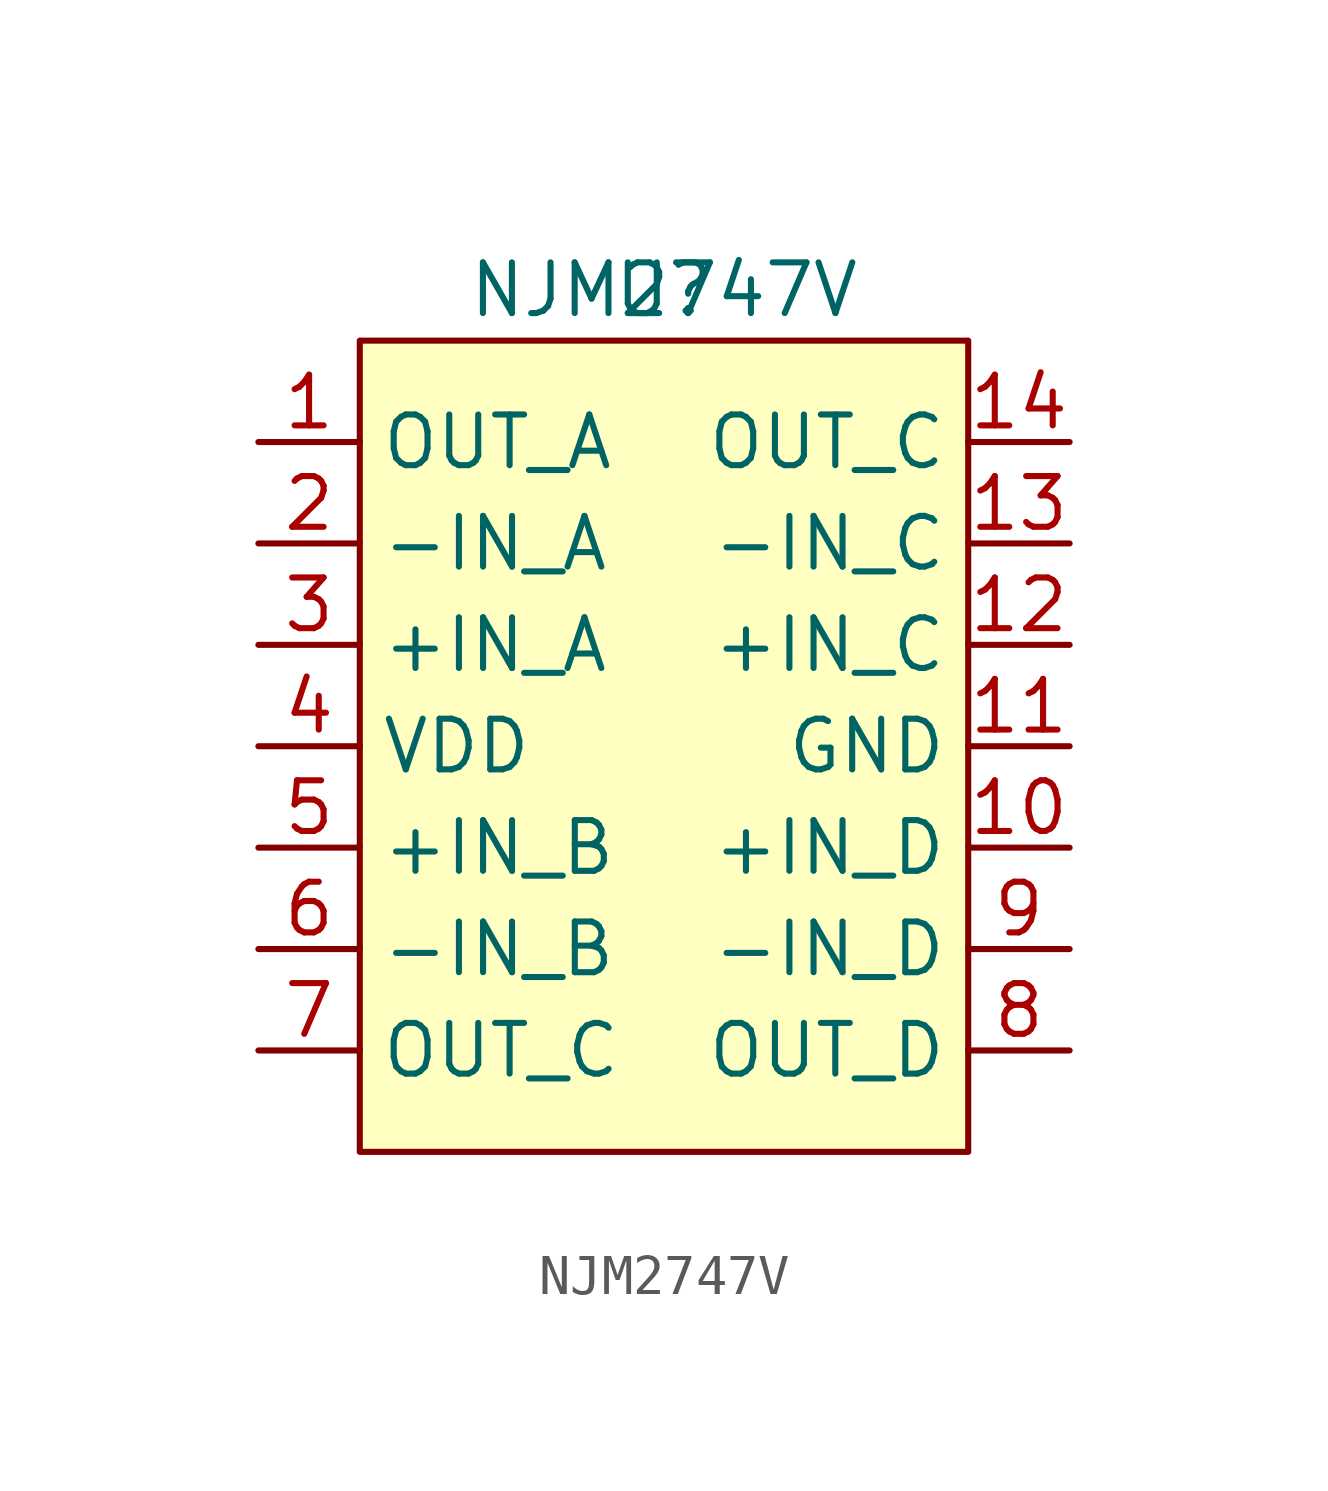
<source format=kicad_sym>
(kicad_symbol_lib
  (version 20211014)
  (generator kicad_symbol_editor)
  (symbol "NJM2747V"
    (property "Reference" "U"
      (at 0 0 0)
      (effects (font (size 1.27 1.27))))
    (property "Value" "NJM2747V"
      (at 0 0 0)
      (effects (font (size 1.27 1.27))))
    (symbol "NJM2747V_0_1"
      (rectangle (start -7.62 -1.27) (end 7.62 -21.59) (stroke (width 0) (type default) (color 0 0 0 0)) (fill (type background))))
    (symbol "NJM2747V_1_1"
      (pin output line (at -10.16 -3.81 0) (length 2.54) (name "OUT_A" (effects (font (size 1.27 1.27)))) (number "1" (effects (font (size 1.27 1.27)))))
      (pin input line (at 10.16 -13.97 180) (length 2.54) (name "+IN_D" (effects (font (size 1.27 1.27)))) (number "10" (effects (font (size 1.27 1.27)))))
      (pin power_in line (at 10.16 -11.43 180) (length 2.54) (name "GND" (effects (font (size 1.27 1.27)))) (number "11" (effects (font (size 1.27 1.27)))))
      (pin input line (at 10.16 -8.89 180) (length 2.54) (name "+IN_C" (effects (font (size 1.27 1.27)))) (number "12" (effects (font (size 1.27 1.27)))))
      (pin input line (at 10.16 -6.35 180) (length 2.54) (name "-IN_C" (effects (font (size 1.27 1.27)))) (number "13" (effects (font (size 1.27 1.27)))))
      (pin output line (at 10.16 -3.81 180) (length 2.54) (name "OUT_C" (effects (font (size 1.27 1.27)))) (number "14" (effects (font (size 1.27 1.27)))))
      (pin input line (at -10.16 -6.35 0) (length 2.54) (name "-IN_A" (effects (font (size 1.27 1.27)))) (number "2" (effects (font (size 1.27 1.27)))))
      (pin input line (at -10.16 -8.89 0) (length 2.54) (name "+IN_A" (effects (font (size 1.27 1.27)))) (number "3" (effects (font (size 1.27 1.27)))))
      (pin power_in line (at -10.16 -11.43 0) (length 2.54) (name "VDD" (effects (font (size 1.27 1.27)))) (number "4" (effects (font (size 1.27 1.27)))))
      (pin input line (at -10.16 -13.97 0) (length 2.54) (name "+IN_B" (effects (font (size 1.27 1.27)))) (number "5" (effects (font (size 1.27 1.27)))))
      (pin input line (at -10.16 -16.51 0) (length 2.54) (name "-IN_B" (effects (font (size 1.27 1.27)))) (number "6" (effects (font (size 1.27 1.27)))))
      (pin output line (at -10.16 -19.05 0) (length 2.54) (name "OUT_C" (effects (font (size 1.27 1.27)))) (number "7" (effects (font (size 1.27 1.27)))))
      (pin output line (at 10.16 -19.05 180) (length 2.54) (name "OUT_D" (effects (font (size 1.27 1.27)))) (number "8" (effects (font (size 1.27 1.27)))))
      (pin input line (at 10.16 -16.51 180) (length 2.54) (name "-IN_D" (effects (font (size 1.27 1.27)))) (number "9" (effects (font (size 1.27 1.27))))))))
</source>
